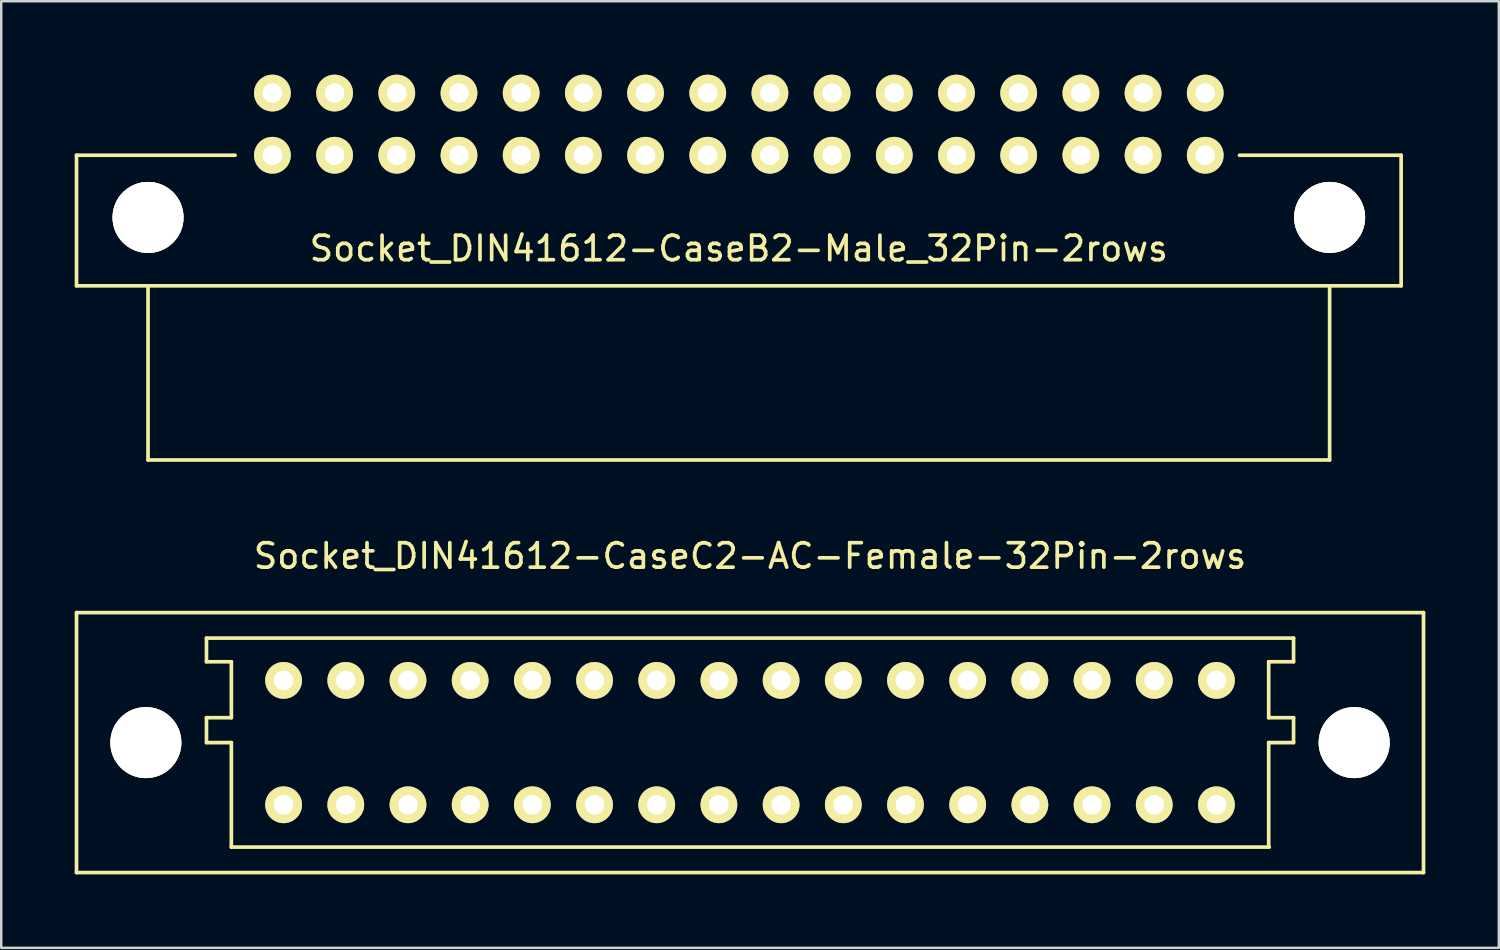
<source format=kicad_pcb>
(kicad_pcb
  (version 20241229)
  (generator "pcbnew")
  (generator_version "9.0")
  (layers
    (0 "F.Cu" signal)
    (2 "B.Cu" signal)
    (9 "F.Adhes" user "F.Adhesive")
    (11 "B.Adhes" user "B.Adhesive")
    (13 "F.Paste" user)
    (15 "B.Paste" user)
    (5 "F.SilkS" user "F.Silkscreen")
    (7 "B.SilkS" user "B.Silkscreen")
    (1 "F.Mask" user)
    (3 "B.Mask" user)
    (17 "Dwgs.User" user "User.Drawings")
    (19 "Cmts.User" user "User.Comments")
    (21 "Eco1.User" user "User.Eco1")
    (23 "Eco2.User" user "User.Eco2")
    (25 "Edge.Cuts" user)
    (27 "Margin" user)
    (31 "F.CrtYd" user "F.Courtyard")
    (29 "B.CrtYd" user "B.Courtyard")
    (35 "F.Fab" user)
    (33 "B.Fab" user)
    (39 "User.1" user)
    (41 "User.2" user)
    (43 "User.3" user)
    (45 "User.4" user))
  (footprint "Socket_DIN41612-CaseB2-Male_32Pin-2rows"
    (layer "F.Cu")
    (at 27.126 2.021)
    (property "Reference" "Socket_DIN41612-CaseB2-Male_32Pin-2rows" (at 0 5.08 0) (layer "F.SilkS") (effects (font (size 1 1) (thickness 0.15))))
    (attr through_hole)
    (fp_line (start -27.051 1.27) (end -20.574 1.27) (stroke (width 0.15) (type solid)) (layer "F.SilkS"))
    (fp_line (start -27.051 6.604) (end -27.051 1.27) (stroke (width 0.15) (type solid)) (layer "F.SilkS"))
    (fp_line (start -24.13 13.716) (end -24.13 6.604) (stroke (width 0.15) (type solid)) (layer "F.SilkS"))
    (fp_line (start 24.13 6.604) (end 24.13 13.716) (stroke (width 0.15) (type solid)) (layer "F.SilkS"))
    (fp_line (start 24.13 13.716) (end -24.13 13.716) (stroke (width 0.15) (type solid)) (layer "F.SilkS"))
    (fp_line (start 27.051 1.27) (end 20.447 1.27) (stroke (width 0.15) (type solid)) (layer "F.SilkS"))
    (fp_line (start 27.051 1.27) (end 27.051 6.604) (stroke (width 0.15) (type solid)) (layer "F.SilkS"))
    (fp_line (start 27.051 6.604) (end -27.051 6.604) (stroke (width 0.15) (type solid)) (layer "F.SilkS"))
    (pad "1" thru_hole circle (at -24.13 3.81) (size 2.901 2.901) (drill 2.901) (layers "*.Cu" "*.Mask" "F.SilkS"))
    (pad "1" thru_hole circle (at 24.13 3.81) (size 2.901 2.901) (drill 2.901) (layers "*.Cu" "*.Mask" "F.SilkS"))
    (pad "1a" thru_hole circle (at 19.05 -1.27 180) (size 1.501 1.501) (drill 0.8) (layers "*.Cu" "*.Mask" "F.SilkS"))
    (pad "1b" thru_hole circle (at 19.05 1.27 180) (size 1.501 1.501) (drill 0.8) (layers "*.Cu" "*.Mask" "F.SilkS"))
    (pad "2a" thru_hole circle (at 16.51 -1.27 180) (size 1.501 1.501) (drill 0.8) (layers "*.Cu" "*.Mask" "F.SilkS"))
    (pad "2b" thru_hole circle (at 16.51 1.27 180) (size 1.501 1.501) (drill 0.8) (layers "*.Cu" "*.Mask" "F.SilkS"))
    (pad "3a" thru_hole circle (at 13.97 -1.27 180) (size 1.501 1.501) (drill 0.8) (layers "*.Cu" "*.Mask" "F.SilkS"))
    (pad "3b" thru_hole circle (at 13.97 1.27 180) (size 1.501 1.501) (drill 0.8) (layers "*.Cu" "*.Mask" "F.SilkS"))
    (pad "4a" thru_hole circle (at 11.43 -1.27 180) (size 1.501 1.501) (drill 0.8) (layers "*.Cu" "*.Mask" "F.SilkS"))
    (pad "4b" thru_hole circle (at 11.43 1.27 180) (size 1.501 1.501) (drill 0.8) (layers "*.Cu" "*.Mask" "F.SilkS"))
    (pad "5a" thru_hole circle (at 8.89 -1.27 180) (size 1.501 1.501) (drill 0.8) (layers "*.Cu" "*.Mask" "F.SilkS"))
    (pad "5b" thru_hole circle (at 8.89 1.27 180) (size 1.501 1.501) (drill 0.8) (layers "*.Cu" "*.Mask" "F.SilkS"))
    (pad "6a" thru_hole circle (at 6.35 -1.27 180) (size 1.501 1.501) (drill 0.8) (layers "*.Cu" "*.Mask" "F.SilkS"))
    (pad "6b" thru_hole circle (at 6.35 1.27 180) (size 1.501 1.501) (drill 0.8) (layers "*.Cu" "*.Mask" "F.SilkS"))
    (pad "7a" thru_hole circle (at 3.81 -1.27 180) (size 1.501 1.501) (drill 0.8) (layers "*.Cu" "*.Mask" "F.SilkS"))
    (pad "7b" thru_hole circle (at 3.81 1.27 180) (size 1.501 1.501) (drill 0.8) (layers "*.Cu" "*.Mask" "F.SilkS"))
    (pad "8a" thru_hole circle (at 1.27 -1.27 180) (size 1.501 1.501) (drill 0.8) (layers "*.Cu" "*.Mask" "F.SilkS"))
    (pad "8b" thru_hole circle (at 1.27 1.27 180) (size 1.501 1.501) (drill 0.8) (layers "*.Cu" "*.Mask" "F.SilkS"))
    (pad "9a" thru_hole circle (at -1.27 -1.27 180) (size 1.501 1.501) (drill 0.8) (layers "*.Cu" "*.Mask" "F.SilkS"))
    (pad "9b" thru_hole circle (at -1.27 1.27 180) (size 1.501 1.501) (drill 0.8) (layers "*.Cu" "*.Mask" "F.SilkS"))
    (pad "10a" thru_hole circle (at -3.81 -1.27 180) (size 1.501 1.501) (drill 0.8) (layers "*.Cu" "*.Mask" "F.SilkS"))
    (pad "10b" thru_hole circle (at -3.81 1.27 180) (size 1.501 1.501) (drill 0.8) (layers "*.Cu" "*.Mask" "F.SilkS"))
    (pad "11a" thru_hole circle (at -6.35 -1.27 180) (size 1.501 1.501) (drill 0.8) (layers "*.Cu" "*.Mask" "F.SilkS"))
    (pad "11b" thru_hole circle (at -6.35 1.27 180) (size 1.501 1.501) (drill 0.8) (layers "*.Cu" "*.Mask" "F.SilkS"))
    (pad "12a" thru_hole circle (at -8.89 -1.27 180) (size 1.501 1.501) (drill 0.8) (layers "*.Cu" "*.Mask" "F.SilkS"))
    (pad "12b" thru_hole circle (at -8.89 1.27 180) (size 1.501 1.501) (drill 0.8) (layers "*.Cu" "*.Mask" "F.SilkS"))
    (pad "13a" thru_hole circle (at -11.43 -1.27 180) (size 1.501 1.501) (drill 0.8) (layers "*.Cu" "*.Mask" "F.SilkS"))
    (pad "13b" thru_hole circle (at -11.43 1.27 180) (size 1.501 1.501) (drill 0.8) (layers "*.Cu" "*.Mask" "F.SilkS"))
    (pad "14a" thru_hole circle (at -13.97 -1.27 180) (size 1.501 1.501) (drill 0.8) (layers "*.Cu" "*.Mask" "F.SilkS"))
    (pad "14b" thru_hole circle (at -13.97 1.27 180) (size 1.501 1.501) (drill 0.8) (layers "*.Cu" "*.Mask" "F.SilkS"))
    (pad "15a" thru_hole circle (at -16.51 -1.27 180) (size 1.501 1.501) (drill 0.8) (layers "*.Cu" "*.Mask" "F.SilkS"))
    (pad "15b" thru_hole circle (at -16.51 1.27 180) (size 1.501 1.501) (drill 0.8) (layers "*.Cu" "*.Mask" "F.SilkS"))
    (pad "16a" thru_hole circle (at -19.05 -1.27 180) (size 1.501 1.501) (drill 0.8) (layers "*.Cu" "*.Mask" "F.SilkS"))
    (pad "16b" thru_hole circle (at -19.05 1.27 180) (size 1.501 1.501) (drill 0.8) (layers "*.Cu" "*.Mask" "F.SilkS")))
  (footprint "Socket_DIN41612-CaseC2-AC-Female-32Pin-2rows"
    (layer "F.Cu")
    (at 27.583 27.28)
    (property "Reference" "Socket_DIN41612-CaseC2-AC-Female-32Pin-2rows" (at 0 -7.62 0) (layer "F.SilkS") (effects (font (size 1 1) (thickness 0.15))))
    (attr through_hole)
    (fp_line (start -27.508 -5.309) (end -27.508 5.309) (stroke (width 0.15) (type solid)) (layer "F.SilkS"))
    (fp_line (start -27.508 5.309) (end 27.508 5.309) (stroke (width 0.15) (type solid)) (layer "F.SilkS"))
    (fp_line (start -22.2 -3.302) (end -22.2 -4.267) (stroke (width 0.15) (type solid)) (layer "F.SilkS"))
    (fp_line (start -22.2 -1.016) (end -21.184 -1.016) (stroke (width 0.15) (type solid)) (layer "F.SilkS"))
    (fp_line (start -22.2 0) (end -22.2 -1.016) (stroke (width 0.15) (type solid)) (layer "F.SilkS"))
    (fp_line (start -21.184 -3.302) (end -22.2 -3.302) (stroke (width 0.15) (type solid)) (layer "F.SilkS"))
    (fp_line (start -21.184 -1.016) (end -21.184 -3.302) (stroke (width 0.15) (type solid)) (layer "F.SilkS"))
    (fp_line (start -21.184 0) (end -22.2 0) (stroke (width 0.15) (type solid)) (layer "F.SilkS"))
    (fp_line (start -21.184 4.267) (end -21.184 0) (stroke (width 0.15) (type solid)) (layer "F.SilkS"))
    (fp_line (start 21.184 -3.302) (end 22.2 -3.302) (stroke (width 0.15) (type solid)) (layer "F.SilkS"))
    (fp_line (start 21.184 -1.016) (end 21.184 -3.302) (stroke (width 0.15) (type solid)) (layer "F.SilkS"))
    (fp_line (start 21.184 0) (end 22.2 0) (stroke (width 0.15) (type solid)) (layer "F.SilkS"))
    (fp_line (start 21.184 4.267) (end 21.184 0) (stroke (width 0.15) (type solid)) (layer "F.SilkS"))
    (fp_line (start 21.209 4.267) (end -21.184 4.267) (stroke (width 0.15) (type solid)) (layer "F.SilkS"))
    (fp_line (start 22.2 -4.267) (end -22.2 -4.267) (stroke (width 0.15) (type solid)) (layer "F.SilkS"))
    (fp_line (start 22.2 -3.302) (end 22.2 -4.267) (stroke (width 0.15) (type solid)) (layer "F.SilkS"))
    (fp_line (start 22.2 -1.016) (end 21.184 -1.016) (stroke (width 0.15) (type solid)) (layer "F.SilkS"))
    (fp_line (start 22.2 0) (end 22.2 -1.016) (stroke (width 0.15) (type solid)) (layer "F.SilkS"))
    (fp_line (start 27.508 -5.309) (end -27.508 -5.309) (stroke (width 0.15) (type solid)) (layer "F.SilkS"))
    (fp_line (start 27.508 5.309) (end 27.508 -5.309) (stroke (width 0.15) (type solid)) (layer "F.SilkS"))
    (pad "1" thru_hole circle (at -24.676 0) (size 2.901 2.901) (drill 2.901) (layers "*.Cu" "*.Mask" "F.SilkS"))
    (pad "1" thru_hole circle (at 24.676 0) (size 2.901 2.901) (drill 2.901) (layers "*.Cu" "*.Mask" "F.SilkS"))
    (pad "1a" thru_hole circle (at 19.05 -2.54 180) (size 1.501 1.501) (drill 0.8) (layers "*.Cu" "*.Mask" "F.SilkS"))
    (pad "1c" thru_hole circle (at 19.05 2.54 180) (size 1.501 1.501) (drill 0.8) (layers "*.Cu" "*.Mask" "F.SilkS"))
    (pad "2a" thru_hole circle (at 16.51 -2.54 180) (size 1.501 1.501) (drill 0.8) (layers "*.Cu" "*.Mask" "F.SilkS"))
    (pad "2c" thru_hole circle (at 16.51 2.54 180) (size 1.501 1.501) (drill 0.8) (layers "*.Cu" "*.Mask" "F.SilkS"))
    (pad "3a" thru_hole circle (at 13.97 -2.54 180) (size 1.501 1.501) (drill 0.8) (layers "*.Cu" "*.Mask" "F.SilkS"))
    (pad "3c" thru_hole circle (at 13.97 2.54 180) (size 1.501 1.501) (drill 0.8) (layers "*.Cu" "*.Mask" "F.SilkS"))
    (pad "4a" thru_hole circle (at 11.43 -2.54 180) (size 1.501 1.501) (drill 0.8) (layers "*.Cu" "*.Mask" "F.SilkS"))
    (pad "4c" thru_hole circle (at 11.43 2.54 180) (size 1.501 1.501) (drill 0.8) (layers "*.Cu" "*.Mask" "F.SilkS"))
    (pad "5a" thru_hole circle (at 8.89 -2.54 180) (size 1.501 1.501) (drill 0.8) (layers "*.Cu" "*.Mask" "F.SilkS"))
    (pad "5c" thru_hole circle (at 8.89 2.54 180) (size 1.501 1.501) (drill 0.8) (layers "*.Cu" "*.Mask" "F.SilkS"))
    (pad "6a" thru_hole circle (at 6.35 -2.54 180) (size 1.501 1.501) (drill 0.8) (layers "*.Cu" "*.Mask" "F.SilkS"))
    (pad "6c" thru_hole circle (at 6.35 2.54 180) (size 1.501 1.501) (drill 0.8) (layers "*.Cu" "*.Mask" "F.SilkS"))
    (pad "7a" thru_hole circle (at 3.81 -2.54 180) (size 1.501 1.501) (drill 0.8) (layers "*.Cu" "*.Mask" "F.SilkS"))
    (pad "7c" thru_hole circle (at 3.81 2.54 180) (size 1.501 1.501) (drill 0.8) (layers "*.Cu" "*.Mask" "F.SilkS"))
    (pad "8a" thru_hole circle (at 1.27 -2.54 180) (size 1.501 1.501) (drill 0.8) (layers "*.Cu" "*.Mask" "F.SilkS"))
    (pad "8c" thru_hole circle (at 1.27 2.54 180) (size 1.501 1.501) (drill 0.8) (layers "*.Cu" "*.Mask" "F.SilkS"))
    (pad "9a" thru_hole circle (at -1.27 -2.54 180) (size 1.501 1.501) (drill 0.8) (layers "*.Cu" "*.Mask" "F.SilkS"))
    (pad "9c" thru_hole circle (at -1.27 2.54 180) (size 1.501 1.501) (drill 0.8) (layers "*.Cu" "*.Mask" "F.SilkS"))
    (pad "10a" thru_hole circle (at -3.81 -2.54 180) (size 1.501 1.501) (drill 0.8) (layers "*.Cu" "*.Mask" "F.SilkS"))
    (pad "10c" thru_hole circle (at -3.81 2.54 180) (size 1.501 1.501) (drill 0.8) (layers "*.Cu" "*.Mask" "F.SilkS"))
    (pad "11a" thru_hole circle (at -6.35 -2.54 180) (size 1.501 1.501) (drill 0.8) (layers "*.Cu" "*.Mask" "F.SilkS"))
    (pad "11c" thru_hole circle (at -6.35 2.54 180) (size 1.501 1.501) (drill 0.8) (layers "*.Cu" "*.Mask" "F.SilkS"))
    (pad "12a" thru_hole circle (at -8.89 -2.54 180) (size 1.501 1.501) (drill 0.8) (layers "*.Cu" "*.Mask" "F.SilkS"))
    (pad "12c" thru_hole circle (at -8.89 2.54 180) (size 1.501 1.501) (drill 0.8) (layers "*.Cu" "*.Mask" "F.SilkS"))
    (pad "13a" thru_hole circle (at -11.43 -2.54 180) (size 1.501 1.501) (drill 0.8) (layers "*.Cu" "*.Mask" "F.SilkS"))
    (pad "13c" thru_hole circle (at -11.43 2.54 180) (size 1.501 1.501) (drill 0.8) (layers "*.Cu" "*.Mask" "F.SilkS"))
    (pad "14a" thru_hole circle (at -13.97 -2.54 180) (size 1.501 1.501) (drill 0.8) (layers "*.Cu" "*.Mask" "F.SilkS"))
    (pad "14c" thru_hole circle (at -13.97 2.54 180) (size 1.501 1.501) (drill 0.8) (layers "*.Cu" "*.Mask" "F.SilkS"))
    (pad "15a" thru_hole circle (at -16.51 -2.54 180) (size 1.501 1.501) (drill 0.8) (layers "*.Cu" "*.Mask" "F.SilkS"))
    (pad "15c" thru_hole circle (at -16.51 2.54 180) (size 1.501 1.501) (drill 0.8) (layers "*.Cu" "*.Mask" "F.SilkS"))
    (pad "16a" thru_hole circle (at -19.05 -2.54 180) (size 1.501 1.501) (drill 0.8) (layers "*.Cu" "*.Mask" "F.SilkS"))
    (pad "16c" thru_hole circle (at -19.05 2.54 180) (size 1.501 1.501) (drill 0.8) (layers "*.Cu" "*.Mask" "F.SilkS")))
  (gr_rect
    (start -3 -3)
    (end 58.166 35.663)
    (stroke (width 0.1) (type default))
    (fill no)
    (layer "Edge.Cuts")))
</source>
